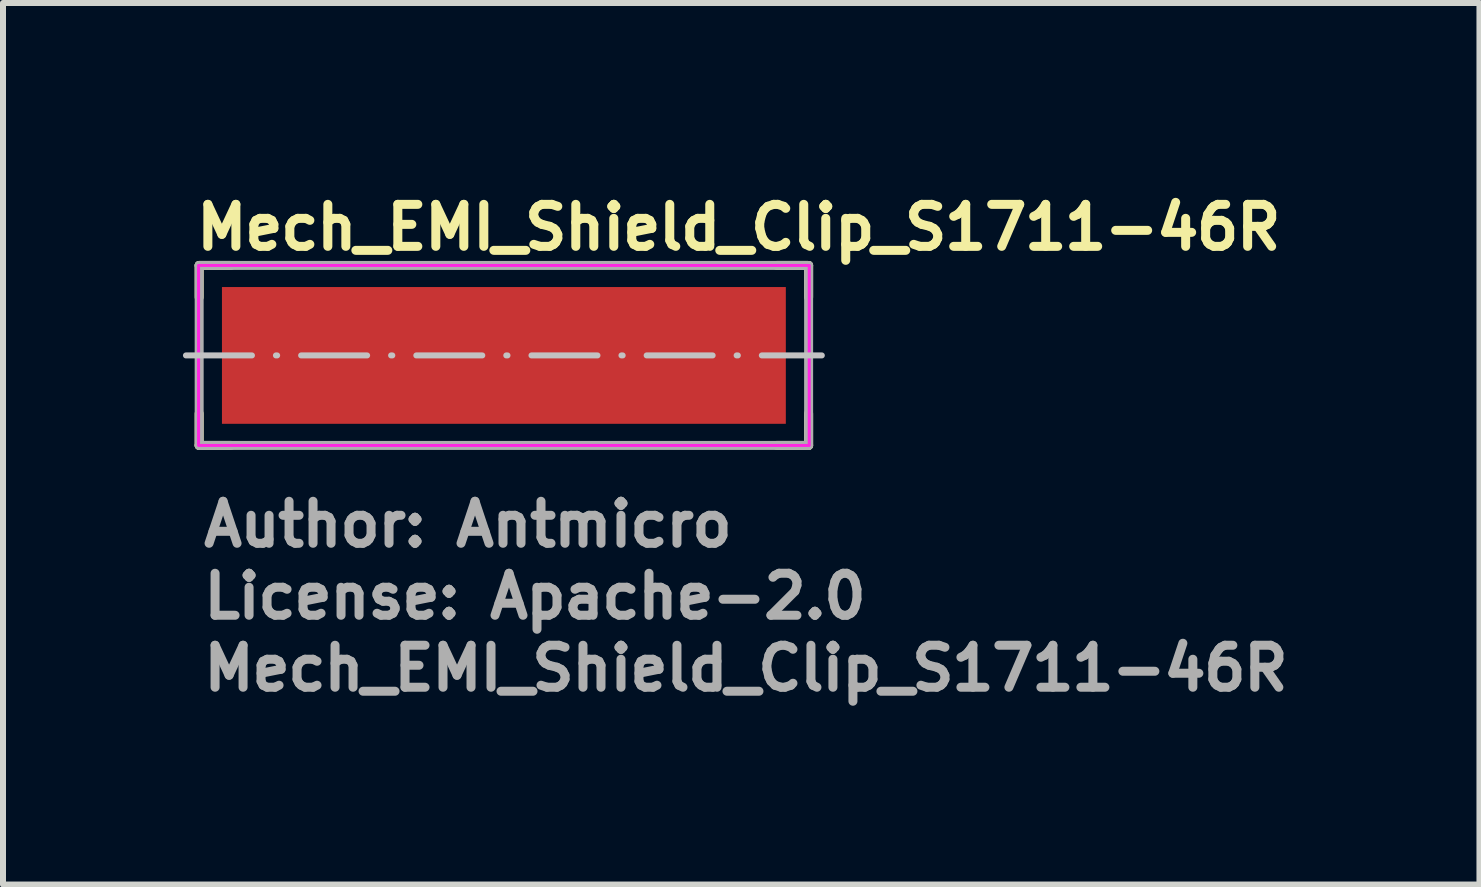
<source format=kicad_pcb>
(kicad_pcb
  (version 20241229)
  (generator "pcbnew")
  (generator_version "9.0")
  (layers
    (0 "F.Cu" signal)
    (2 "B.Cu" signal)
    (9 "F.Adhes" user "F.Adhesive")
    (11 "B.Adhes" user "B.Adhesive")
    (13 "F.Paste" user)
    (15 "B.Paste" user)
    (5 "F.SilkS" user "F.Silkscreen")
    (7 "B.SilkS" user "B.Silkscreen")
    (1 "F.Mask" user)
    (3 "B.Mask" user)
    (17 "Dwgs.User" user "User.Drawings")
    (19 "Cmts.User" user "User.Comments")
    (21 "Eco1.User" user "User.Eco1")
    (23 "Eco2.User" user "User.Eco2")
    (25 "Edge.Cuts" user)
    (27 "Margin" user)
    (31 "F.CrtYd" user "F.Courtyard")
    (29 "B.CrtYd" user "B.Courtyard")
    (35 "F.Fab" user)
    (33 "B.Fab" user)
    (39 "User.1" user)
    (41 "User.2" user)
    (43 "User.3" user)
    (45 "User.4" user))
  (footprint "Mech_EMI_Shield_Clip_S1711-46R"
    (layer "F.Cu")
    (at 5.35 2.875)
    (property "Reference" "Mech_EMI_Shield_Clip_S1711-46R" (at -5.2 -1.725 0) (layer "F.SilkS") (effects (font (size 0.7 0.7) (thickness 0.15)) (justify left bottom)))
    (attr smd)
    (fp_line (start -5.08 -1.5) (end -4.55 -1.5) (stroke (width 0.15) (type solid)) (layer "F.SilkS"))
    (fp_line (start -5.08 -0.97) (end -5.08 -1.5) (stroke (width 0.15) (type solid)) (layer "F.SilkS"))
    (fp_line (start -5.08 0.97) (end -5.08 1.5) (stroke (width 0.15) (type solid)) (layer "F.SilkS"))
    (fp_line (start -4.55 1.5) (end -5.08 1.5) (stroke (width 0.15) (type solid)) (layer "F.SilkS"))
    (fp_line (start 4.55 -1.5) (end 5.08 -1.5) (stroke (width 0.15) (type solid)) (layer "F.SilkS"))
    (fp_line (start 4.55 1.5) (end 5.08 1.5) (stroke (width 0.15) (type solid)) (layer "F.SilkS"))
    (fp_line (start 5.08 -0.97) (end 5.08 -1.5) (stroke (width 0.15) (type solid)) (layer "F.SilkS"))
    (fp_line (start 5.08 0.97) (end 5.08 1.5) (stroke (width 0.15) (type solid)) (layer "F.SilkS"))
    (fp_rect (start -4.35 -1) (end -1.85 1) (stroke (width 0.1) (type solid)) (fill yes) (layer "F.Paste"))
    (fp_rect (start -1.25 -1) (end 1.25 1) (stroke (width 0.1) (type solid)) (fill yes) (layer "F.Paste"))
    (fp_rect (start 1.85 -1) (end 4.35 1) (stroke (width 0.1) (type solid)) (fill yes) (layer "F.Paste"))
    (fp_line (start -5.3 0) (end 5.3 0) (stroke (width 0.1) (type dash_dot)) (layer "Dwgs.User"))
    (fp_rect (start -5.09 -1.5) (end 5.09 1.5) (stroke (width 0.05) (type solid)) (fill no) (layer "F.CrtYd"))
    (fp_line (start -5.08 -1.5) (end 5.08 -1.5) (stroke (width 0.15) (type solid)) (layer "F.Fab"))
    (fp_line (start -5.08 1.5) (end -5.08 -1.5) (stroke (width 0.15) (type solid)) (layer "F.Fab"))
    (fp_line (start 5.08 -1.5) (end 5.08 1.5) (stroke (width 0.15) (type solid)) (layer "F.Fab"))
    (fp_line (start 5.08 1.5) (end -5.08 1.5) (stroke (width 0.15) (type solid)) (layer "F.Fab"))
    (fp_rect (start -4.494 -1.14) (end 4.494 1.14) (stroke (width 0.1) (type solid)) (fill no) (layer "User.5"))
    (fp_line (start -4.494 -0.94) (end -4.494 -1.14) (stroke (width 0.02) (type solid)) (layer "User.9"))
    (fp_line (start -4.394 -1.14) (end -4.494 -1.14) (stroke (width 0.02) (type solid)) (layer "User.9"))
    (fp_line (start -4.394 -1.14) (end -4.394 -1.138) (stroke (width 0.02) (type solid)) (layer "User.9"))
    (fp_line (start -4.394 -1.14) (end -1.8 -1.14) (stroke (width 0.02) (type solid)) (layer "User.9"))
    (fp_line (start -4.394 -1.138) (end -4.394 -1.134) (stroke (width 0.02) (type solid)) (layer "User.9"))
    (fp_line (start -4.394 -1.134) (end -4.394 -1.126) (stroke (width 0.02) (type solid)) (layer "User.9"))
    (fp_line (start -4.394 -1.126) (end -4.394 -1.115) (stroke (width 0.02) (type solid)) (layer "User.9"))
    (fp_line (start -4.394 -1.115) (end -4.394 -1.101) (stroke (width 0.02) (type solid)) (layer "User.9"))
    (fp_line (start -4.394 -1.101) (end -4.394 -1.084) (stroke (width 0.02) (type solid)) (layer "User.9"))
    (fp_line (start -4.394 -1.084) (end -4.394 -1.064) (stroke (width 0.02) (type solid)) (layer "User.9"))
    (fp_line (start -4.394 -1.064) (end -4.394 -1.042) (stroke (width 0.02) (type solid)) (layer "User.9"))
    (fp_line (start -4.394 -1.042) (end -4.394 -1.017) (stroke (width 0.02) (type solid)) (layer "User.9"))
    (fp_line (start -4.394 -1.017) (end -4.394 -0.99) (stroke (width 0.02) (type solid)) (layer "User.9"))
    (fp_line (start -4.394 -0.99) (end -4.394 -0.96) (stroke (width 0.02) (type solid)) (layer "User.9"))
    (fp_line (start -4.394 -0.96) (end -4.394 -0.929) (stroke (width 0.02) (type solid)) (layer "User.9"))
    (fp_line (start -4.394 -0.94) (end -4.494 -0.94) (stroke (width 0.02) (type solid)) (layer "User.9"))
    (fp_line (start -4.394 -0.929) (end -4.394 -0.895) (stroke (width 0.02) (type solid)) (layer "User.9"))
    (fp_line (start -4.394 -0.895) (end -4.394 -0.86) (stroke (width 0.02) (type solid)) (layer "User.9"))
    (fp_line (start -4.394 -0.86) (end -4.393 -0.884) (stroke (width 0.02) (type solid)) (layer "User.9"))
    (fp_line (start -4.394 -0.806) (end -4.394 -0.45) (stroke (width 0.02) (type solid)) (layer "User.9"))
    (fp_line (start -4.394 -0.74) (end -4.394 -0.86) (stroke (width 0.02) (type solid)) (layer "User.9"))
    (fp_line (start -4.394 -0.74) (end -4.394 -0.249) (stroke (width 0.02) (type solid)) (layer "User.9"))
    (fp_line (start -4.394 -0.249) (end -4.394 -0.223) (stroke (width 0.02) (type solid)) (layer "User.9"))
    (fp_line (start -4.394 -0.249) (end -1.8 -0.249) (stroke (width 0.02) (type solid)) (layer "User.9"))
    (fp_line (start -4.394 -0.223) (end -4.394 -0.199) (stroke (width 0.02) (type solid)) (layer "User.9"))
    (fp_line (start -4.394 -0.199) (end -4.394 -0.176) (stroke (width 0.02) (type solid)) (layer "User.9"))
    (fp_line (start -4.394 -0.176) (end -4.394 -0.155) (stroke (width 0.02) (type solid)) (layer "User.9"))
    (fp_line (start -4.394 -0.155) (end -4.394 -0.136) (stroke (width 0.02) (type solid)) (layer "User.9"))
    (fp_line (start -4.394 -0.136) (end -4.394 -0.118) (stroke (width 0.02) (type solid)) (layer "User.9"))
    (fp_line (start -4.394 -0.118) (end -4.394 -0.103) (stroke (width 0.02) (type solid)) (layer "User.9"))
    (fp_line (start -4.394 -0.103) (end -4.394 -0.089) (stroke (width 0.02) (type solid)) (layer "User.9"))
    (fp_line (start -4.394 -0.089) (end -4.394 -0.077) (stroke (width 0.02) (type solid)) (layer "User.9"))
    (fp_line (start -4.394 -0.077) (end -4.394 -0.067) (stroke (width 0.02) (type solid)) (layer "User.9"))
    (fp_line (start -4.394 -0.067) (end -4.394 -0.06) (stroke (width 0.02) (type solid)) (layer "User.9"))
    (fp_line (start -4.394 -0.06) (end -4.394 -0.054) (stroke (width 0.02) (type solid)) (layer "User.9"))
    (fp_line (start -4.394 -0.054) (end -4.394 -0.051) (stroke (width 0.02) (type solid)) (layer "User.9"))
    (fp_line (start -4.394 -0.051) (end -4.394 -0.05) (stroke (width 0.02) (type solid)) (layer "User.9"))
    (fp_line (start -4.394 -0.05) (end -4.394 0.05) (stroke (width 0.02) (type solid)) (layer "User.9"))
    (fp_line (start -4.394 -0.05) (end -1.8 -0.05) (stroke (width 0.02) (type solid)) (layer "User.9"))
    (fp_line (start -4.394 0.05) (end -4.394 0.051) (stroke (width 0.02) (type solid)) (layer "User.9"))
    (fp_line (start -4.394 0.05) (end -1.8 0.05) (stroke (width 0.02) (type solid)) (layer "User.9"))
    (fp_line (start -4.394 0.051) (end -4.394 0.054) (stroke (width 0.02) (type solid)) (layer "User.9"))
    (fp_line (start -4.394 0.054) (end -4.394 0.06) (stroke (width 0.02) (type solid)) (layer "User.9"))
    (fp_line (start -4.394 0.06) (end -4.394 0.067) (stroke (width 0.02) (type solid)) (layer "User.9"))
    (fp_line (start -4.394 0.067) (end -4.394 0.077) (stroke (width 0.02) (type solid)) (layer "User.9"))
    (fp_line (start -4.394 0.077) (end -4.394 0.089) (stroke (width 0.02) (type solid)) (layer "User.9"))
    (fp_line (start -4.394 0.089) (end -4.394 0.103) (stroke (width 0.02) (type solid)) (layer "User.9"))
    (fp_line (start -4.394 0.103) (end -4.394 0.118) (stroke (width 0.02) (type solid)) (layer "User.9"))
    (fp_line (start -4.394 0.118) (end -4.394 0.136) (stroke (width 0.02) (type solid)) (layer "User.9"))
    (fp_line (start -4.394 0.136) (end -4.394 0.155) (stroke (width 0.02) (type solid)) (layer "User.9"))
    (fp_line (start -4.394 0.155) (end -4.394 0.176) (stroke (width 0.02) (type solid)) (layer "User.9"))
    (fp_line (start -4.394 0.176) (end -4.394 0.199) (stroke (width 0.02) (type solid)) (layer "User.9"))
    (fp_line (start -4.394 0.199) (end -4.394 0.223) (stroke (width 0.02) (type solid)) (layer "User.9"))
    (fp_line (start -4.394 0.223) (end -4.394 0.249) (stroke (width 0.02) (type solid)) (layer "User.9"))
    (fp_line (start -4.394 0.249) (end -4.394 0.74) (stroke (width 0.02) (type solid)) (layer "User.9"))
    (fp_line (start -4.394 0.249) (end -1.8 0.249) (stroke (width 0.02) (type solid)) (layer "User.9"))
    (fp_line (start -4.394 0.45) (end -4.394 0.806) (stroke (width 0.02) (type solid)) (layer "User.9"))
    (fp_line (start -4.394 0.74) (end -4.393 0.764) (stroke (width 0.02) (type solid)) (layer "User.9"))
    (fp_line (start -4.394 0.806) (end -4.394 0.847) (stroke (width 0.02) (type solid)) (layer "User.9"))
    (fp_line (start -4.394 0.847) (end -4.394 0.886) (stroke (width 0.02) (type solid)) (layer "User.9"))
    (fp_line (start -4.394 0.86) (end -4.394 0.74) (stroke (width 0.02) (type solid)) (layer "User.9"))
    (fp_line (start -4.394 0.886) (end -4.394 0.924) (stroke (width 0.02) (type solid)) (layer "User.9"))
    (fp_line (start -4.394 0.924) (end -4.394 0.959) (stroke (width 0.02) (type solid)) (layer "User.9"))
    (fp_line (start -4.394 0.959) (end -4.394 0.991) (stroke (width 0.02) (type solid)) (layer "User.9"))
    (fp_line (start -4.394 0.991) (end -4.394 1.021) (stroke (width 0.02) (type solid)) (layer "User.9"))
    (fp_line (start -4.394 1.021) (end -4.394 1.048) (stroke (width 0.02) (type solid)) (layer "User.9"))
    (fp_line (start -4.394 1.048) (end -4.394 1.072) (stroke (width 0.02) (type solid)) (layer "User.9"))
    (fp_line (start -4.394 1.072) (end -4.394 1.092) (stroke (width 0.02) (type solid)) (layer "User.9"))
    (fp_line (start -4.394 1.092) (end -4.394 1.109) (stroke (width 0.02) (type solid)) (layer "User.9"))
    (fp_line (start -4.394 1.109) (end -4.394 1.123) (stroke (width 0.02) (type solid)) (layer "User.9"))
    (fp_line (start -4.394 1.123) (end -4.394 1.132) (stroke (width 0.02) (type solid)) (layer "User.9"))
    (fp_line (start -4.394 1.132) (end -4.394 1.138) (stroke (width 0.02) (type solid)) (layer "User.9"))
    (fp_line (start -4.394 1.138) (end -4.394 1.14) (stroke (width 0.02) (type solid)) (layer "User.9"))
    (fp_line (start -4.394 1.14) (end -1.8 1.14) (stroke (width 0.02) (type solid)) (layer "User.9"))
    (fp_line (start -4.393 -0.884) (end -4.388 -0.907) (stroke (width 0.02) (type solid)) (layer "User.9"))
    (fp_line (start -4.393 -0.764) (end -4.394 -0.74) (stroke (width 0.02) (type solid)) (layer "User.9"))
    (fp_line (start -4.393 0.764) (end -4.388 0.787) (stroke (width 0.02) (type solid)) (layer "User.9"))
    (fp_line (start -4.393 0.884) (end -4.394 0.86) (stroke (width 0.02) (type solid)) (layer "User.9"))
    (fp_line (start -4.388 -0.907) (end -4.381 -0.93) (stroke (width 0.02) (type solid)) (layer "User.9"))
    (fp_line (start -4.388 -0.787) (end -4.393 -0.764) (stroke (width 0.02) (type solid)) (layer "User.9"))
    (fp_line (start -4.388 0.787) (end -4.381 0.81) (stroke (width 0.02) (type solid)) (layer "User.9"))
    (fp_line (start -4.388 0.907) (end -4.393 0.884) (stroke (width 0.02) (type solid)) (layer "User.9"))
    (fp_line (start -4.381 -0.93) (end -4.371 -0.952) (stroke (width 0.02) (type solid)) (layer "User.9"))
    (fp_line (start -4.381 -0.81) (end -4.388 -0.787) (stroke (width 0.02) (type solid)) (layer "User.9"))
    (fp_line (start -4.381 0.81) (end -4.371 0.832) (stroke (width 0.02) (type solid)) (layer "User.9"))
    (fp_line (start -4.381 0.93) (end -4.388 0.907) (stroke (width 0.02) (type solid)) (layer "User.9"))
    (fp_line (start -4.371 -0.952) (end -4.359 -0.973) (stroke (width 0.02) (type solid)) (layer "User.9"))
    (fp_line (start -4.371 -0.832) (end -4.381 -0.81) (stroke (width 0.02) (type solid)) (layer "User.9"))
    (fp_line (start -4.371 0.832) (end -4.359 0.853) (stroke (width 0.02) (type solid)) (layer "User.9"))
    (fp_line (start -4.371 0.952) (end -4.381 0.93) (stroke (width 0.02) (type solid)) (layer "User.9"))
    (fp_line (start -4.359 -0.973) (end -4.344 -0.994) (stroke (width 0.02) (type solid)) (layer "User.9"))
    (fp_line (start -4.359 -0.853) (end -4.371 -0.832) (stroke (width 0.02) (type solid)) (layer "User.9"))
    (fp_line (start -4.359 0.853) (end -4.344 0.873) (stroke (width 0.02) (type solid)) (layer "User.9"))
    (fp_line (start -4.359 0.973) (end -4.371 0.952) (stroke (width 0.02) (type solid)) (layer "User.9"))
    (fp_line (start -4.344 -0.994) (end -4.326 -1.012) (stroke (width 0.02) (type solid)) (layer "User.9"))
    (fp_line (start -4.344 -0.873) (end -4.359 -0.853) (stroke (width 0.02) (type solid)) (layer "User.9"))
    (fp_line (start -4.344 0.873) (end -4.326 0.892) (stroke (width 0.02) (type solid)) (layer "User.9"))
    (fp_line (start -4.344 0.994) (end -4.359 0.973) (stroke (width 0.02) (type solid)) (layer "User.9"))
    (fp_line (start -4.326 -1.012) (end -4.306 -1.03) (stroke (width 0.02) (type solid)) (layer "User.9"))
    (fp_line (start -4.326 -0.892) (end -4.344 -0.873) (stroke (width 0.02) (type solid)) (layer "User.9"))
    (fp_line (start -4.326 0.892) (end -4.306 0.909) (stroke (width 0.02) (type solid)) (layer "User.9"))
    (fp_line (start -4.326 1.012) (end -4.344 0.994) (stroke (width 0.02) (type solid)) (layer "User.9"))
    (fp_line (start -4.306 -1.03) (end -4.285 -1.046) (stroke (width 0.02) (type solid)) (layer "User.9"))
    (fp_line (start -4.306 -0.909) (end -4.326 -0.892) (stroke (width 0.02) (type solid)) (layer "User.9"))
    (fp_line (start -4.306 0.909) (end -4.285 0.925) (stroke (width 0.02) (type solid)) (layer "User.9"))
    (fp_line (start -4.306 1.03) (end -4.326 1.012) (stroke (width 0.02) (type solid)) (layer "User.9"))
    (fp_line (start -4.285 -1.046) (end -4.261 -1.06) (stroke (width 0.02) (type solid)) (layer "User.9"))
    (fp_line (start -4.285 -0.925) (end -4.306 -0.909) (stroke (width 0.02) (type solid)) (layer "User.9"))
    (fp_line (start -4.285 0.925) (end -4.261 0.939) (stroke (width 0.02) (type solid)) (layer "User.9"))
    (fp_line (start -4.285 1.046) (end -4.306 1.03) (stroke (width 0.02) (type solid)) (layer "User.9"))
    (fp_line (start -4.261 -1.06) (end -4.236 -1.072) (stroke (width 0.02) (type solid)) (layer "User.9"))
    (fp_line (start -4.261 -0.939) (end -4.285 -0.925) (stroke (width 0.02) (type solid)) (layer "User.9"))
    (fp_line (start -4.261 0.939) (end -4.236 0.951) (stroke (width 0.02) (type solid)) (layer "User.9"))
    (fp_line (start -4.261 1.06) (end -4.285 1.046) (stroke (width 0.02) (type solid)) (layer "User.9"))
    (fp_line (start -4.236 -1.072) (end -4.209 -1.082) (stroke (width 0.02) (type solid)) (layer "User.9"))
    (fp_line (start -4.236 -0.951) (end -4.261 -0.939) (stroke (width 0.02) (type solid)) (layer "User.9"))
    (fp_line (start -4.236 0.951) (end -4.209 0.961) (stroke (width 0.02) (type solid)) (layer "User.9"))
    (fp_line (start -4.236 1.072) (end -4.261 1.06) (stroke (width 0.02) (type solid)) (layer "User.9"))
    (fp_line (start -4.209 -1.082) (end -4.181 -1.09) (stroke (width 0.02) (type solid)) (layer "User.9"))
    (fp_line (start -4.209 -0.961) (end -4.236 -0.951) (stroke (width 0.02) (type solid)) (layer "User.9"))
    (fp_line (start -4.209 0.961) (end -4.181 0.969) (stroke (width 0.02) (type solid)) (layer "User.9"))
    (fp_line (start -4.209 1.082) (end -4.236 1.072) (stroke (width 0.02) (type solid)) (layer "User.9"))
    (fp_line (start -4.181 -1.09) (end -4.153 -1.095) (stroke (width 0.02) (type solid)) (layer "User.9"))
    (fp_line (start -4.181 -0.969) (end -4.209 -0.961) (stroke (width 0.02) (type solid)) (layer "User.9"))
    (fp_line (start -4.181 0.969) (end -4.153 0.975) (stroke (width 0.02) (type solid)) (layer "User.9"))
    (fp_line (start -4.181 1.09) (end -4.209 1.082) (stroke (width 0.02) (type solid)) (layer "User.9"))
    (fp_line (start -4.153 -1.095) (end -4.124 -1.099) (stroke (width 0.02) (type solid)) (layer "User.9"))
    (fp_line (start -4.153 -0.975) (end -4.181 -0.969) (stroke (width 0.02) (type solid)) (layer "User.9"))
    (fp_line (start -4.153 0.975) (end -4.124 0.978) (stroke (width 0.02) (type solid)) (layer "User.9"))
    (fp_line (start -4.153 1.095) (end -4.181 1.09) (stroke (width 0.02) (type solid)) (layer "User.9"))
    (fp_line (start -4.124 -1.099) (end -4.094 -1.1) (stroke (width 0.02) (type solid)) (layer "User.9"))
    (fp_line (start -4.124 -0.978) (end -4.153 -0.975) (stroke (width 0.02) (type solid)) (layer "User.9"))
    (fp_line (start -4.124 0.978) (end -4.094 0.98) (stroke (width 0.02) (type solid)) (layer "User.9"))
    (fp_line (start -4.124 1.099) (end -4.153 1.095) (stroke (width 0.02) (type solid)) (layer "User.9"))
    (fp_line (start -4.094 -1.1) (end -2.1 -1.1) (stroke (width 0.02) (type solid)) (layer "User.9"))
    (fp_line (start -4.094 -0.98) (end -4.124 -0.978) (stroke (width 0.02) (type solid)) (layer "User.9"))
    (fp_line (start -4.094 -0.98) (end -4.094 -1.1) (stroke (width 0.02) (type solid)) (layer "User.9"))
    (fp_line (start -4.094 -0.98) (end -2.1 -0.98) (stroke (width 0.02) (type solid)) (layer "User.9"))
    (fp_line (start -4.094 0.98) (end -2.1 0.98) (stroke (width 0.02) (type solid)) (layer "User.9"))
    (fp_line (start -4.094 1.1) (end -4.124 1.099) (stroke (width 0.02) (type solid)) (layer "User.9"))
    (fp_line (start -4.094 1.1) (end -4.094 0.98) (stroke (width 0.02) (type solid)) (layer "User.9"))
    (fp_line (start -4.094 1.1) (end -2.1 1.1) (stroke (width 0.02) (type solid)) (layer "User.9"))
    (fp_line (start -3.75 0) (end -3.747 -0.05) (stroke (width 0.02) (type solid)) (layer "User.9"))
    (fp_line (start -3.747 0.05) (end -3.75 0) (stroke (width 0.02) (type solid)) (layer "User.9"))
    (fp_line (start -2.1 -1.1) (end -2.071 -1.099) (stroke (width 0.02) (type solid)) (layer "User.9"))
    (fp_line (start -2.1 -0.98) (end -2.1 -1.1) (stroke (width 0.02) (type solid)) (layer "User.9"))
    (fp_line (start -2.1 0.98) (end -2.071 0.978) (stroke (width 0.02) (type solid)) (layer "User.9"))
    (fp_line (start -2.1 1.1) (end -2.1 0.98) (stroke (width 0.02) (type solid)) (layer "User.9"))
    (fp_line (start -2.071 -1.099) (end -2.041 -1.095) (stroke (width 0.02) (type solid)) (layer "User.9"))
    (fp_line (start -2.071 -0.978) (end -2.1 -0.98) (stroke (width 0.02) (type solid)) (layer "User.9"))
    (fp_line (start -2.071 0.978) (end -2.041 0.975) (stroke (width 0.02) (type solid)) (layer "User.9"))
    (fp_line (start -2.071 1.099) (end -2.1 1.1) (stroke (width 0.02) (type solid)) (layer "User.9"))
    (fp_line (start -2.041 -1.095) (end -2.013 -1.09) (stroke (width 0.02) (type solid)) (layer "User.9"))
    (fp_line (start -2.041 -0.975) (end -2.071 -0.978) (stroke (width 0.02) (type solid)) (layer "User.9"))
    (fp_line (start -2.041 0.975) (end -2.013 0.969) (stroke (width 0.02) (type solid)) (layer "User.9"))
    (fp_line (start -2.041 1.095) (end -2.071 1.099) (stroke (width 0.02) (type solid)) (layer "User.9"))
    (fp_line (start -2.013 -1.09) (end -1.985 -1.082) (stroke (width 0.02) (type solid)) (layer "User.9"))
    (fp_line (start -2.013 -0.969) (end -2.041 -0.975) (stroke (width 0.02) (type solid)) (layer "User.9"))
    (fp_line (start -2.013 0.969) (end -1.985 0.961) (stroke (width 0.02) (type solid)) (layer "User.9"))
    (fp_line (start -2.013 1.09) (end -2.041 1.095) (stroke (width 0.02) (type solid)) (layer "User.9"))
    (fp_line (start -1.985 -1.082) (end -1.959 -1.072) (stroke (width 0.02) (type solid)) (layer "User.9"))
    (fp_line (start -1.985 -0.961) (end -2.013 -0.969) (stroke (width 0.02) (type solid)) (layer "User.9"))
    (fp_line (start -1.985 0.961) (end -1.959 0.951) (stroke (width 0.02) (type solid)) (layer "User.9"))
    (fp_line (start -1.985 1.082) (end -2.013 1.09) (stroke (width 0.02) (type solid)) (layer "User.9"))
    (fp_line (start -1.973 -0.05) (end -1.97 0) (stroke (width 0.02) (type solid)) (layer "User.9"))
    (fp_line (start -1.97 0) (end -1.973 0.05) (stroke (width 0.02) (type solid)) (layer "User.9"))
    (fp_line (start -1.959 -1.072) (end -1.933 -1.06) (stroke (width 0.02) (type solid)) (layer "User.9"))
    (fp_line (start -1.959 -0.951) (end -1.985 -0.961) (stroke (width 0.02) (type solid)) (layer "User.9"))
    (fp_line (start -1.959 0.951) (end -1.933 0.939) (stroke (width 0.02) (type solid)) (layer "User.9"))
    (fp_line (start -1.959 1.072) (end -1.985 1.082) (stroke (width 0.02) (type solid)) (layer "User.9"))
    (fp_line (start -1.933 -1.06) (end -1.91 -1.046) (stroke (width 0.02) (type solid)) (layer "User.9"))
    (fp_line (start -1.933 -0.939) (end -1.959 -0.951) (stroke (width 0.02) (type solid)) (layer "User.9"))
    (fp_line (start -1.933 0.939) (end -1.91 0.925) (stroke (width 0.02) (type solid)) (layer "User.9"))
    (fp_line (start -1.933 1.06) (end -1.959 1.072) (stroke (width 0.02) (type solid)) (layer "User.9"))
    (fp_line (start -1.91 -1.046) (end -1.888 -1.03) (stroke (width 0.02) (type solid)) (layer "User.9"))
    (fp_line (start -1.91 -0.925) (end -1.933 -0.939) (stroke (width 0.02) (type solid)) (layer "User.9"))
    (fp_line (start -1.91 0.925) (end -1.888 0.909) (stroke (width 0.02) (type solid)) (layer "User.9"))
    (fp_line (start -1.91 1.046) (end -1.933 1.06) (stroke (width 0.02) (type solid)) (layer "User.9"))
    (fp_line (start -1.888 -1.03) (end -1.868 -1.012) (stroke (width 0.02) (type solid)) (layer "User.9"))
    (fp_line (start -1.888 -0.909) (end -1.91 -0.925) (stroke (width 0.02) (type solid)) (layer "User.9"))
    (fp_line (start -1.888 0.909) (end -1.868 0.892) (stroke (width 0.02) (type solid)) (layer "User.9"))
    (fp_line (start -1.888 1.03) (end -1.91 1.046) (stroke (width 0.02) (type solid)) (layer "User.9"))
    (fp_line (start -1.868 -1.012) (end -1.851 -0.994) (stroke (width 0.02) (type solid)) (layer "User.9"))
    (fp_line (start -1.868 -0.892) (end -1.888 -0.909) (stroke (width 0.02) (type solid)) (layer "User.9"))
    (fp_line (start -1.868 0.892) (end -1.851 0.873) (stroke (width 0.02) (type solid)) (layer "User.9"))
    (fp_line (start -1.868 1.012) (end -1.888 1.03) (stroke (width 0.02) (type solid)) (layer "User.9"))
    (fp_line (start -1.851 -0.994) (end -1.835 -0.973) (stroke (width 0.02) (type solid)) (layer "User.9"))
    (fp_line (start -1.851 -0.873) (end -1.868 -0.892) (stroke (width 0.02) (type solid)) (layer "User.9"))
    (fp_line (start -1.851 0.873) (end -1.835 0.853) (stroke (width 0.02) (type solid)) (layer "User.9"))
    (fp_line (start -1.851 0.994) (end -1.868 1.012) (stroke (width 0.02) (type solid)) (layer "User.9"))
    (fp_line (start -1.835 -0.973) (end -1.823 -0.952) (stroke (width 0.02) (type solid)) (layer "User.9"))
    (fp_line (start -1.835 -0.853) (end -1.851 -0.873) (stroke (width 0.02) (type solid)) (layer "User.9"))
    (fp_line (start -1.835 0.853) (end -1.823 0.832) (stroke (width 0.02) (type solid)) (layer "User.9"))
    (fp_line (start -1.835 0.973) (end -1.851 0.994) (stroke (width 0.02) (type solid)) (layer "User.9"))
    (fp_line (start -1.823 -0.952) (end -1.813 -0.93) (stroke (width 0.02) (type solid)) (layer "User.9"))
    (fp_line (start -1.823 -0.832) (end -1.835 -0.853) (stroke (width 0.02) (type solid)) (layer "User.9"))
    (fp_line (start -1.823 0.832) (end -1.813 0.81) (stroke (width 0.02) (type solid)) (layer "User.9"))
    (fp_line (start -1.823 0.952) (end -1.835 0.973) (stroke (width 0.02) (type solid)) (layer "User.9"))
    (fp_line (start -1.813 -0.93) (end -1.806 -0.907) (stroke (width 0.02) (type solid)) (layer "User.9"))
    (fp_line (start -1.813 -0.81) (end -1.823 -0.832) (stroke (width 0.02) (type solid)) (layer "User.9"))
    (fp_line (start -1.813 0.81) (end -1.806 0.787) (stroke (width 0.02) (type solid)) (layer "User.9"))
    (fp_line (start -1.813 0.93) (end -1.823 0.952) (stroke (width 0.02) (type solid)) (layer "User.9"))
    (fp_line (start -1.806 -0.907) (end -1.801 -0.884) (stroke (width 0.02) (type solid)) (layer "User.9"))
    (fp_line (start -1.806 -0.787) (end -1.813 -0.81) (stroke (width 0.02) (type solid)) (layer "User.9"))
    (fp_line (start -1.806 0.787) (end -1.801 0.764) (stroke (width 0.02) (type solid)) (layer "User.9"))
    (fp_line (start -1.806 0.907) (end -1.813 0.93) (stroke (width 0.02) (type solid)) (layer "User.9"))
    (fp_line (start -1.801 -0.884) (end -1.8 -0.86) (stroke (width 0.02) (type solid)) (layer "User.9"))
    (fp_line (start -1.801 -0.764) (end -1.806 -0.787) (stroke (width 0.02) (type solid)) (layer "User.9"))
    (fp_line (start -1.801 0.764) (end -1.8 0.74) (stroke (width 0.02) (type solid)) (layer "User.9"))
    (fp_line (start -1.801 0.884) (end -1.806 0.907) (stroke (width 0.02) (type solid)) (layer "User.9"))
    (fp_line (start -1.8 -1.14) (end -1.8 -1.138) (stroke (width 0.02) (type solid)) (layer "User.9"))
    (fp_line (start -1.8 -1.138) (end -1.8 -1.132) (stroke (width 0.02) (type solid)) (layer "User.9"))
    (fp_line (start -1.8 -1.132) (end -1.8 -1.123) (stroke (width 0.02) (type solid)) (layer "User.9"))
    (fp_line (start -1.8 -1.123) (end -1.8 -1.109) (stroke (width 0.02) (type solid)) (layer "User.9"))
    (fp_line (start -1.8 -1.109) (end -1.8 -1.092) (stroke (width 0.02) (type solid)) (layer "User.9"))
    (fp_line (start -1.8 -1.092) (end -1.8 -1.072) (stroke (width 0.02) (type solid)) (layer "User.9"))
    (fp_line (start -1.8 -1.072) (end -1.8 -1.048) (stroke (width 0.02) (type solid)) (layer "User.9"))
    (fp_line (start -1.8 -1.048) (end -1.8 -1.021) (stroke (width 0.02) (type solid)) (layer "User.9"))
    (fp_line (start -1.8 -1.021) (end -1.8 -0.991) (stroke (width 0.02) (type solid)) (layer "User.9"))
    (fp_line (start -1.8 -0.991) (end -1.8 -0.959) (stroke (width 0.02) (type solid)) (layer "User.9"))
    (fp_line (start -1.8 -0.959) (end -1.8 -0.924) (stroke (width 0.02) (type solid)) (layer "User.9"))
    (fp_line (start -1.8 -0.924) (end -1.8 -0.886) (stroke (width 0.02) (type solid)) (layer "User.9"))
    (fp_line (start -1.8 -0.886) (end -1.8 -0.847) (stroke (width 0.02) (type solid)) (layer "User.9"))
    (fp_line (start -1.8 -0.847) (end -1.8 -0.806) (stroke (width 0.02) (type solid)) (layer "User.9"))
    (fp_line (start -1.8 -0.806) (end -1.8 -0.45) (stroke (width 0.02) (type solid)) (layer "User.9"))
    (fp_line (start -1.8 -0.74) (end -1.801 -0.764) (stroke (width 0.02) (type solid)) (layer "User.9"))
    (fp_line (start -1.8 -0.74) (end -1.8 -0.86) (stroke (width 0.02) (type solid)) (layer "User.9"))
    (fp_line (start -1.8 -0.74) (end -1.8 -0.249) (stroke (width 0.02) (type solid)) (layer "User.9"))
    (fp_line (start -1.8 -0.249) (end -1.8 -0.223) (stroke (width 0.02) (type solid)) (layer "User.9"))
    (fp_line (start -1.8 -0.223) (end -1.8 -0.199) (stroke (width 0.02) (type solid)) (layer "User.9"))
    (fp_line (start -1.8 -0.199) (end -1.8 -0.176) (stroke (width 0.02) (type solid)) (layer "User.9"))
    (fp_line (start -1.8 -0.176) (end -1.8 -0.155) (stroke (width 0.02) (type solid)) (layer "User.9"))
    (fp_line (start -1.8 -0.155) (end -1.8 -0.136) (stroke (width 0.02) (type solid)) (layer "User.9"))
    (fp_line (start -1.8 -0.136) (end -1.8 -0.118) (stroke (width 0.02) (type solid)) (layer "User.9"))
    (fp_line (start -1.8 -0.118) (end -1.8 -0.103) (stroke (width 0.02) (type solid)) (layer "User.9"))
    (fp_line (start -1.8 -0.103) (end -1.8 -0.089) (stroke (width 0.02) (type solid)) (layer "User.9"))
    (fp_line (start -1.8 -0.089) (end -1.8 -0.077) (stroke (width 0.02) (type solid)) (layer "User.9"))
    (fp_line (start -1.8 -0.077) (end -1.8 -0.067) (stroke (width 0.02) (type solid)) (layer "User.9"))
    (fp_line (start -1.8 -0.067) (end -1.8 -0.06) (stroke (width 0.02) (type solid)) (layer "User.9"))
    (fp_line (start -1.8 -0.06) (end -1.8 -0.054) (stroke (width 0.02) (type solid)) (layer "User.9"))
    (fp_line (start -1.8 -0.054) (end -1.8 -0.051) (stroke (width 0.02) (type solid)) (layer "User.9"))
    (fp_line (start -1.8 -0.051) (end -1.8 -0.05) (stroke (width 0.02) (type solid)) (layer "User.9"))
    (fp_line (start -1.8 0.05) (end -1.8 0.051) (stroke (width 0.02) (type solid)) (layer "User.9"))
    (fp_line (start -1.8 0.051) (end -1.8 0.054) (stroke (width 0.02) (type solid)) (layer "User.9"))
    (fp_line (start -1.8 0.054) (end -1.8 0.06) (stroke (width 0.02) (type solid)) (layer "User.9"))
    (fp_line (start -1.8 0.06) (end -1.8 0.067) (stroke (width 0.02) (type solid)) (layer "User.9"))
    (fp_line (start -1.8 0.067) (end -1.8 0.077) (stroke (width 0.02) (type solid)) (layer "User.9"))
    (fp_line (start -1.8 0.077) (end -1.8 0.089) (stroke (width 0.02) (type solid)) (layer "User.9"))
    (fp_line (start -1.8 0.089) (end -1.8 0.103) (stroke (width 0.02) (type solid)) (layer "User.9"))
    (fp_line (start -1.8 0.103) (end -1.8 0.118) (stroke (width 0.02) (type solid)) (layer "User.9"))
    (fp_line (start -1.8 0.118) (end -1.8 0.136) (stroke (width 0.02) (type solid)) (layer "User.9"))
    (fp_line (start -1.8 0.136) (end -1.8 0.155) (stroke (width 0.02) (type solid)) (layer "User.9"))
    (fp_line (start -1.8 0.155) (end -1.8 0.176) (stroke (width 0.02) (type solid)) (layer "User.9"))
    (fp_line (start -1.8 0.176) (end -1.8 0.199) (stroke (width 0.02) (type solid)) (layer "User.9"))
    (fp_line (start -1.8 0.199) (end -1.8 0.223) (stroke (width 0.02) (type solid)) (layer "User.9"))
    (fp_line (start -1.8 0.223) (end -1.8 0.249) (stroke (width 0.02) (type solid)) (layer "User.9"))
    (fp_line (start -1.8 0.249) (end -1.8 0.74) (stroke (width 0.02) (type solid)) (layer "User.9"))
    (fp_line (start -1.8 0.45) (end -1.8 0.806) (stroke (width 0.02) (type solid)) (layer "User.9"))
    (fp_line (start -1.8 0.64) (end -1.796 0.607) (stroke (width 0.02) (type solid)) (layer "User.9"))
    (fp_line (start -1.8 0.806) (end -1.8 0.847) (stroke (width 0.02) (type solid)) (layer "User.9"))
    (fp_line (start -1.8 0.847) (end -1.8 0.886) (stroke (width 0.02) (type solid)) (layer "User.9"))
    (fp_line (start -1.8 0.86) (end -1.801 0.884) (stroke (width 0.02) (type solid)) (layer "User.9"))
    (fp_line (start -1.8 0.86) (end -1.8 0.74) (stroke (width 0.02) (type solid)) (layer "User.9"))
    (fp_line (start -1.8 0.886) (end -1.8 0.924) (stroke (width 0.02) (type solid)) (layer "User.9"))
    (fp_line (start -1.8 0.924) (end -1.8 0.959) (stroke (width 0.02) (type solid)) (layer "User.9"))
    (fp_line (start -1.8 0.959) (end -1.8 0.991) (stroke (width 0.02) (type solid)) (layer "User.9"))
    (fp_line (start -1.8 0.991) (end -1.8 1.021) (stroke (width 0.02) (type solid)) (layer "User.9"))
    (fp_line (start -1.8 1.021) (end -1.8 1.048) (stroke (width 0.02) (type solid)) (layer "User.9"))
    (fp_line (start -1.8 1.048) (end -1.8 1.072) (stroke (width 0.02) (type solid)) (layer "User.9"))
    (fp_line (start -1.8 1.072) (end -1.8 1.092) (stroke (width 0.02) (type solid)) (layer "User.9"))
    (fp_line (start -1.8 1.092) (end -1.8 1.109) (stroke (width 0.02) (type solid)) (layer "User.9"))
    (fp_line (start -1.8 1.109) (end -1.8 1.123) (stroke (width 0.02) (type solid)) (layer "User.9"))
    (fp_line (start -1.8 1.123) (end -1.8 1.132) (stroke (width 0.02) (type solid)) (layer "User.9"))
    (fp_line (start -1.8 1.132) (end -1.8 1.138) (stroke (width 0.02) (type solid)) (layer "User.9"))
    (fp_line (start -1.8 1.138) (end -1.8 1.14) (stroke (width 0.02) (type solid)) (layer "User.9"))
    (fp_line (start -1.796 -0.607) (end -1.8 -0.64) (stroke (width 0.02) (type solid)) (layer "User.9"))
    (fp_line (start -1.796 0.607) (end -1.785 0.575) (stroke (width 0.02) (type solid)) (layer "User.9"))
    (fp_line (start -1.785 -0.575) (end -1.796 -0.607) (stroke (width 0.02) (type solid)) (layer "User.9"))
    (fp_line (start -1.785 0.575) (end -1.767 0.546) (stroke (width 0.02) (type solid)) (layer "User.9"))
    (fp_line (start -1.767 -0.546) (end -1.785 -0.575) (stroke (width 0.02) (type solid)) (layer "User.9"))
    (fp_line (start -1.767 0.546) (end -1.744 0.523) (stroke (width 0.02) (type solid)) (layer "User.9"))
    (fp_line (start -1.744 -0.523) (end -1.767 -0.546) (stroke (width 0.02) (type solid)) (layer "User.9"))
    (fp_line (start -1.744 0.523) (end -1.715 0.505) (stroke (width 0.02) (type solid)) (layer "User.9"))
    (fp_line (start -1.715 -0.505) (end -1.744 -0.523) (stroke (width 0.02) (type solid)) (layer "User.9"))
    (fp_line (start -1.715 0.505) (end -1.683 0.494) (stroke (width 0.02) (type solid)) (layer "User.9"))
    (fp_line (start -1.683 -0.494) (end -1.715 -0.505) (stroke (width 0.02) (type solid)) (layer "User.9"))
    (fp_line (start -1.683 0.494) (end -1.65 0.49) (stroke (width 0.02) (type solid)) (layer "User.9"))
    (fp_line (start -1.65 -0.49) (end -1.683 -0.494) (stroke (width 0.02) (type solid)) (layer "User.9"))
    (fp_line (start -1.65 0.49) (end -1.617 0.494) (stroke (width 0.02) (type solid)) (layer "User.9"))
    (fp_line (start -1.617 -0.494) (end -1.65 -0.49) (stroke (width 0.02) (type solid)) (layer "User.9"))
    (fp_line (start -1.617 0.494) (end -1.585 0.505) (stroke (width 0.02) (type solid)) (layer "User.9"))
    (fp_line (start -1.585 -0.505) (end -1.617 -0.494) (stroke (width 0.02) (type solid)) (layer "User.9"))
    (fp_line (start -1.585 0.505) (end -1.556 0.523) (stroke (width 0.02) (type solid)) (layer "User.9"))
    (fp_line (start -1.556 -0.523) (end -1.585 -0.505) (stroke (width 0.02) (type solid)) (layer "User.9"))
    (fp_line (start -1.556 0.523) (end -1.533 0.546) (stroke (width 0.02) (type solid)) (layer "User.9"))
    (fp_line (start -1.533 -0.546) (end -1.556 -0.523) (stroke (width 0.02) (type solid)) (layer "User.9"))
    (fp_line (start -1.533 0.546) (end -1.515 0.575) (stroke (width 0.02) (type solid)) (layer "User.9"))
    (fp_line (start -1.515 -0.575) (end -1.533 -0.546) (stroke (width 0.02) (type solid)) (layer "User.9"))
    (fp_line (start -1.515 0.575) (end -1.504 0.607) (stroke (width 0.02) (type solid)) (layer "User.9"))
    (fp_line (start -1.504 -0.607) (end -1.515 -0.575) (stroke (width 0.02) (type solid)) (layer "User.9"))
    (fp_line (start -1.504 0.607) (end -1.5 0.64) (stroke (width 0.02) (type solid)) (layer "User.9"))
    (fp_line (start -1.5 -0.84) (end -1.5 -0.64) (stroke (width 0.02) (type solid)) (layer "User.9"))
    (fp_line (start -1.5 -0.64) (end -1.504 -0.607) (stroke (width 0.02) (type solid)) (layer "User.9"))
    (fp_line (start -1.5 0.84) (end -1.5 0.64) (stroke (width 0.02) (type solid)) (layer "User.9"))
    (fp_line (start -1.5 0.84) (end -1.496 0.887) (stroke (width 0.02) (type solid)) (layer "User.9"))
    (fp_line (start -1.496 -0.887) (end -1.5 -0.84) (stroke (width 0.02) (type solid)) (layer "User.9"))
    (fp_line (start -1.496 0.887) (end -1.485 0.933) (stroke (width 0.02) (type solid)) (layer "User.9"))
    (fp_line (start -1.485 -0.933) (end -1.496 -0.887) (stroke (width 0.02) (type solid)) (layer "User.9"))
    (fp_line (start -1.485 0.933) (end -1.467 0.976) (stroke (width 0.02) (type solid)) (layer "User.9"))
    (fp_line (start -1.467 -0.976) (end -1.485 -0.933) (stroke (width 0.02) (type solid)) (layer "User.9"))
    (fp_line (start -1.467 0.976) (end -1.443 1.016) (stroke (width 0.02) (type solid)) (layer "User.9"))
    (fp_line (start -1.443 -1.016) (end -1.467 -0.976) (stroke (width 0.02) (type solid)) (layer "User.9"))
    (fp_line (start -1.443 1.016) (end -1.412 1.052) (stroke (width 0.02) (type solid)) (layer "User.9"))
    (fp_line (start -1.412 -1.052) (end -1.443 -1.016) (stroke (width 0.02) (type solid)) (layer "User.9"))
    (fp_line (start -1.412 1.052) (end -1.376 1.083) (stroke (width 0.02) (type solid)) (layer "User.9"))
    (fp_line (start -1.376 -1.083) (end -1.412 -1.052) (stroke (width 0.02) (type solid)) (layer "User.9"))
    (fp_line (start -1.376 1.083) (end -1.336 1.107) (stroke (width 0.02) (type solid)) (layer "User.9"))
    (fp_line (start -1.336 -1.107) (end -1.376 -1.083) (stroke (width 0.02) (type solid)) (layer "User.9"))
    (fp_line (start -1.336 1.107) (end -1.293 1.125) (stroke (width 0.02) (type solid)) (layer "User.9"))
    (fp_line (start -1.293 -1.125) (end -1.336 -1.107) (stroke (width 0.02) (type solid)) (layer "User.9"))
    (fp_line (start -1.293 1.125) (end -1.247 1.136) (stroke (width 0.02) (type solid)) (layer "User.9"))
    (fp_line (start -1.247 -1.136) (end -1.293 -1.125) (stroke (width 0.02) (type solid)) (layer "User.9"))
    (fp_line (start -1.247 1.136) (end -1.2 1.14) (stroke (width 0.02) (type solid)) (layer "User.9"))
    (fp_line (start -1.2 -1.14) (end -1.247 -1.136) (stroke (width 0.02) (type solid)) (layer "User.9"))
    (fp_line (start -1.2 1.14) (end 1.2 1.14) (stroke (width 0.02) (type solid)) (layer "User.9"))
    (fp_line (start 1.2 -1.14) (end -1.2 -1.14) (stroke (width 0.02) (type solid)) (layer "User.9"))
    (fp_line (start 1.2 1.14) (end 1.247 1.136) (stroke (width 0.02) (type solid)) (layer "User.9"))
    (fp_line (start 1.247 -1.136) (end 1.2 -1.14) (stroke (width 0.02) (type solid)) (layer "User.9"))
    (fp_line (start 1.247 1.136) (end 1.293 1.125) (stroke (width 0.02) (type solid)) (layer "User.9"))
    (fp_line (start 1.293 -1.125) (end 1.247 -1.136) (stroke (width 0.02) (type solid)) (layer "User.9"))
    (fp_line (start 1.293 1.125) (end 1.336 1.107) (stroke (width 0.02) (type solid)) (layer "User.9"))
    (fp_line (start 1.336 -1.107) (end 1.293 -1.125) (stroke (width 0.02) (type solid)) (layer "User.9"))
    (fp_line (start 1.336 1.107) (end 1.376 1.083) (stroke (width 0.02) (type solid)) (layer "User.9"))
    (fp_line (start 1.376 -1.083) (end 1.336 -1.107) (stroke (width 0.02) (type solid)) (layer "User.9"))
    (fp_line (start 1.376 1.083) (end 1.412 1.052) (stroke (width 0.02) (type solid)) (layer "User.9"))
    (fp_line (start 1.412 -1.052) (end 1.376 -1.083) (stroke (width 0.02) (type solid)) (layer "User.9"))
    (fp_line (start 1.412 1.052) (end 1.443 1.016) (stroke (width 0.02) (type solid)) (layer "User.9"))
    (fp_line (start 1.443 -1.016) (end 1.412 -1.052) (stroke (width 0.02) (type solid)) (layer "User.9"))
    (fp_line (start 1.443 1.016) (end 1.467 0.976) (stroke (width 0.02) (type solid)) (layer "User.9"))
    (fp_line (start 1.467 -0.976) (end 1.443 -1.016) (stroke (width 0.02) (type solid)) (layer "User.9"))
    (fp_line (start 1.467 0.976) (end 1.485 0.933) (stroke (width 0.02) (type solid)) (layer "User.9"))
    (fp_line (start 1.485 -0.933) (end 1.467 -0.976) (stroke (width 0.02) (type solid)) (layer "User.9"))
    (fp_line (start 1.485 0.933) (end 1.496 0.887) (stroke (width 0.02) (type solid)) (layer "User.9"))
    (fp_line (start 1.496 -0.887) (end 1.485 -0.933) (stroke (width 0.02) (type solid)) (layer "User.9"))
    (fp_line (start 1.496 0.887) (end 1.5 0.84) (stroke (width 0.02) (type solid)) (layer "User.9"))
    (fp_line (start 1.5 -0.84) (end 1.496 -0.887) (stroke (width 0.02) (type solid)) (layer "User.9"))
    (fp_line (start 1.5 -0.84) (end 1.5 -0.64) (stroke (width 0.02) (type solid)) (layer "User.9"))
    (fp_line (start 1.5 0.64) (end 1.504 0.607) (stroke (width 0.02) (type solid)) (layer "User.9"))
    (fp_line (start 1.5 0.84) (end 1.5 0.64) (stroke (width 0.02) (type solid)) (layer "User.9"))
    (fp_line (start 1.504 -0.607) (end 1.5 -0.64) (stroke (width 0.02) (type solid)) (layer "User.9"))
    (fp_line (start 1.504 0.607) (end 1.515 0.575) (stroke (width 0.02) (type solid)) (layer "User.9"))
    (fp_line (start 1.515 -0.575) (end 1.504 -0.607) (stroke (width 0.02) (type solid)) (layer "User.9"))
    (fp_line (start 1.515 0.575) (end 1.533 0.546) (stroke (width 0.02) (type solid)) (layer "User.9"))
    (fp_line (start 1.533 -0.546) (end 1.515 -0.575) (stroke (width 0.02) (type solid)) (layer "User.9"))
    (fp_line (start 1.533 0.546) (end 1.556 0.523) (stroke (width 0.02) (type solid)) (layer "User.9"))
    (fp_line (start 1.556 -0.523) (end 1.533 -0.546) (stroke (width 0.02) (type solid)) (layer "User.9"))
    (fp_line (start 1.556 0.523) (end 1.585 0.505) (stroke (width 0.02) (type solid)) (layer "User.9"))
    (fp_line (start 1.585 -0.505) (end 1.556 -0.523) (stroke (width 0.02) (type solid)) (layer "User.9"))
    (fp_line (start 1.585 0.505) (end 1.617 0.494) (stroke (width 0.02) (type solid)) (layer "User.9"))
    (fp_line (start 1.617 -0.494) (end 1.585 -0.505) (stroke (width 0.02) (type solid)) (layer "User.9"))
    (fp_line (start 1.617 0.494) (end 1.65 0.49) (stroke (width 0.02) (type solid)) (layer "User.9"))
    (fp_line (start 1.65 -0.49) (end 1.617 -0.494) (stroke (width 0.02) (type solid)) (layer "User.9"))
    (fp_line (start 1.65 0.49) (end 1.683 0.494) (stroke (width 0.02) (type solid)) (layer "User.9"))
    (fp_line (start 1.683 -0.494) (end 1.65 -0.49) (stroke (width 0.02) (type solid)) (layer "User.9"))
    (fp_line (start 1.683 0.494) (end 1.715 0.505) (stroke (width 0.02) (type solid)) (layer "User.9"))
    (fp_line (start 1.715 -0.505) (end 1.683 -0.494) (stroke (width 0.02) (type solid)) (layer "User.9"))
    (fp_line (start 1.715 0.505) (end 1.744 0.523) (stroke (width 0.02) (type solid)) (layer "User.9"))
    (fp_line (start 1.744 -0.523) (end 1.715 -0.505) (stroke (width 0.02) (type solid)) (layer "User.9"))
    (fp_line (start 1.744 0.523) (end 1.767 0.546) (stroke (width 0.02) (type solid)) (layer "User.9"))
    (fp_line (start 1.767 -0.546) (end 1.744 -0.523) (stroke (width 0.02) (type solid)) (layer "User.9"))
    (fp_line (start 1.767 0.546) (end 1.785 0.575) (stroke (width 0.02) (type solid)) (layer "User.9"))
    (fp_line (start 1.785 -0.575) (end 1.767 -0.546) (stroke (width 0.02) (type solid)) (layer "User.9"))
    (fp_line (start 1.785 0.575) (end 1.796 0.607) (stroke (width 0.02) (type solid)) (layer "User.9"))
    (fp_line (start 1.796 -0.607) (end 1.785 -0.575) (stroke (width 0.02) (type solid)) (layer "User.9"))
    (fp_line (start 1.796 0.607) (end 1.8 0.64) (stroke (width 0.02) (type solid)) (layer "User.9"))
    (fp_line (start 1.8 -1.14) (end 1.8 -1.138) (stroke (width 0.02) (type solid)) (layer "User.9"))
    (fp_line (start 1.8 -1.14) (end 4.394 -1.14) (stroke (width 0.02) (type solid)) (layer "User.9"))
    (fp_line (start 1.8 -1.138) (end 1.8 -1.132) (stroke (width 0.02) (type solid)) (layer "User.9"))
    (fp_line (start 1.8 -1.132) (end 1.8 -1.123) (stroke (width 0.02) (type solid)) (layer "User.9"))
    (fp_line (start 1.8 -1.123) (end 1.8 -1.109) (stroke (width 0.02) (type solid)) (layer "User.9"))
    (fp_line (start 1.8 -1.109) (end 1.8 -1.092) (stroke (width 0.02) (type solid)) (layer "User.9"))
    (fp_line (start 1.8 -1.092) (end 1.8 -1.072) (stroke (width 0.02) (type solid)) (layer "User.9"))
    (fp_line (start 1.8 -1.072) (end 1.8 -1.048) (stroke (width 0.02) (type solid)) (layer "User.9"))
    (fp_line (start 1.8 -1.048) (end 1.8 -1.021) (stroke (width 0.02) (type solid)) (layer "User.9"))
    (fp_line (start 1.8 -1.021) (end 1.8 -0.991) (stroke (width 0.02) (type solid)) (layer "User.9"))
    (fp_line (start 1.8 -0.991) (end 1.8 -0.959) (stroke (width 0.02) (type solid)) (layer "User.9"))
    (fp_line (start 1.8 -0.959) (end 1.8 -0.924) (stroke (width 0.02) (type solid)) (layer "User.9"))
    (fp_line (start 1.8 -0.924) (end 1.8 -0.886) (stroke (width 0.02) (type solid)) (layer "User.9"))
    (fp_line (start 1.8 -0.886) (end 1.8 -0.847) (stroke (width 0.02) (type solid)) (layer "User.9"))
    (fp_line (start 1.8 -0.86) (end 1.8 -0.74) (stroke (width 0.02) (type solid)) (layer "User.9"))
    (fp_line (start 1.8 -0.86) (end 1.801 -0.884) (stroke (width 0.02) (type solid)) (layer "User.9"))
    (fp_line (start 1.8 -0.847) (end 1.8 -0.806) (stroke (width 0.02) (type solid)) (layer "User.9"))
    (fp_line (start 1.8 -0.806) (end 1.8 -0.45) (stroke (width 0.02) (type solid)) (layer "User.9"))
    (fp_line (start 1.8 -0.74) (end 1.8 -0.249) (stroke (width 0.02) (type solid)) (layer "User.9"))
    (fp_line (start 1.8 -0.64) (end 1.796 -0.607) (stroke (width 0.02) (type solid)) (layer "User.9"))
    (fp_line (start 1.8 -0.249) (end 1.8 -0.223) (stroke (width 0.02) (type solid)) (layer "User.9"))
    (fp_line (start 1.8 -0.249) (end 4.394 -0.249) (stroke (width 0.02) (type solid)) (layer "User.9"))
    (fp_line (start 1.8 -0.223) (end 1.8 -0.199) (stroke (width 0.02) (type solid)) (layer "User.9"))
    (fp_line (start 1.8 -0.199) (end 1.8 -0.176) (stroke (width 0.02) (type solid)) (layer "User.9"))
    (fp_line (start 1.8 -0.176) (end 1.8 -0.155) (stroke (width 0.02) (type solid)) (layer "User.9"))
    (fp_line (start 1.8 -0.155) (end 1.8 -0.136) (stroke (width 0.02) (type solid)) (layer "User.9"))
    (fp_line (start 1.8 -0.136) (end 1.8 -0.118) (stroke (width 0.02) (type solid)) (layer "User.9"))
    (fp_line (start 1.8 -0.118) (end 1.8 -0.103) (stroke (width 0.02) (type solid)) (layer "User.9"))
    (fp_line (start 1.8 -0.103) (end 1.8 -0.089) (stroke (width 0.02) (type solid)) (layer "User.9"))
    (fp_line (start 1.8 -0.089) (end 1.8 -0.077) (stroke (width 0.02) (type solid)) (layer "User.9"))
    (fp_line (start 1.8 -0.077) (end 1.8 -0.067) (stroke (width 0.02) (type solid)) (layer "User.9"))
    (fp_line (start 1.8 -0.067) (end 1.8 -0.06) (stroke (width 0.02) (type solid)) (layer "User.9"))
    (fp_line (start 1.8 -0.06) (end 1.8 -0.054) (stroke (width 0.02) (type solid)) (layer "User.9"))
    (fp_line (start 1.8 -0.054) (end 1.8 -0.051) (stroke (width 0.02) (type solid)) (layer "User.9"))
    (fp_line (start 1.8 -0.051) (end 1.8 -0.05) (stroke (width 0.02) (type solid)) (layer "User.9"))
    (fp_line (start 1.8 -0.05) (end 4.394 -0.05) (stroke (width 0.02) (type solid)) (layer "User.9"))
    (fp_line (start 1.8 0.05) (end 1.8 0.051) (stroke (width 0.02) (type solid)) (layer "User.9"))
    (fp_line (start 1.8 0.05) (end 4.394 0.05) (stroke (width 0.02) (type solid)) (layer "User.9"))
    (fp_line (start 1.8 0.051) (end 1.8 0.054) (stroke (width 0.02) (type solid)) (layer "User.9"))
    (fp_line (start 1.8 0.054) (end 1.8 0.06) (stroke (width 0.02) (type solid)) (layer "User.9"))
    (fp_line (start 1.8 0.06) (end 1.8 0.067) (stroke (width 0.02) (type solid)) (layer "User.9"))
    (fp_line (start 1.8 0.067) (end 1.8 0.077) (stroke (width 0.02) (type solid)) (layer "User.9"))
    (fp_line (start 1.8 0.077) (end 1.8 0.089) (stroke (width 0.02) (type solid)) (layer "User.9"))
    (fp_line (start 1.8 0.089) (end 1.8 0.103) (stroke (width 0.02) (type solid)) (layer "User.9"))
    (fp_line (start 1.8 0.103) (end 1.8 0.118) (stroke (width 0.02) (type solid)) (layer "User.9"))
    (fp_line (start 1.8 0.118) (end 1.8 0.136) (stroke (width 0.02) (type solid)) (layer "User.9"))
    (fp_line (start 1.8 0.136) (end 1.8 0.155) (stroke (width 0.02) (type solid)) (layer "User.9"))
    (fp_line (start 1.8 0.155) (end 1.8 0.176) (stroke (width 0.02) (type solid)) (layer "User.9"))
    (fp_line (start 1.8 0.176) (end 1.8 0.199) (stroke (width 0.02) (type solid)) (layer "User.9"))
    (fp_line (start 1.8 0.199) (end 1.8 0.223) (stroke (width 0.02) (type solid)) (layer "User.9"))
    (fp_line (start 1.8 0.223) (end 1.8 0.249) (stroke (width 0.02) (type solid)) (layer "User.9"))
    (fp_line (start 1.8 0.249) (end 1.8 0.74) (stroke (width 0.02) (type solid)) (layer "User.9"))
    (fp_line (start 1.8 0.249) (end 4.394 0.249) (stroke (width 0.02) (type solid)) (layer "User.9"))
    (fp_line (start 1.8 0.45) (end 1.8 0.806) (stroke (width 0.02) (type solid)) (layer "User.9"))
    (fp_line (start 1.8 0.74) (end 1.8 0.86) (stroke (width 0.02) (type solid)) (layer "User.9"))
    (fp_line (start 1.8 0.74) (end 1.801 0.764) (stroke (width 0.02) (type solid)) (layer "User.9"))
    (fp_line (start 1.8 0.806) (end 1.8 0.847) (stroke (width 0.02) (type solid)) (layer "User.9"))
    (fp_line (start 1.8 0.847) (end 1.8 0.886) (stroke (width 0.02) (type solid)) (layer "User.9"))
    (fp_line (start 1.8 0.886) (end 1.8 0.924) (stroke (width 0.02) (type solid)) (layer "User.9"))
    (fp_line (start 1.8 0.924) (end 1.8 0.959) (stroke (width 0.02) (type solid)) (layer "User.9"))
    (fp_line (start 1.8 0.959) (end 1.8 0.991) (stroke (width 0.02) (type solid)) (layer "User.9"))
    (fp_line (start 1.8 0.991) (end 1.8 1.021) (stroke (width 0.02) (type solid)) (layer "User.9"))
    (fp_line (start 1.8 1.021) (end 1.8 1.048) (stroke (width 0.02) (type solid)) (layer "User.9"))
    (fp_line (start 1.8 1.048) (end 1.8 1.072) (stroke (width 0.02) (type solid)) (layer "User.9"))
    (fp_line (start 1.8 1.072) (end 1.8 1.092) (stroke (width 0.02) (type solid)) (layer "User.9"))
    (fp_line (start 1.8 1.092) (end 1.8 1.109) (stroke (width 0.02) (type solid)) (layer "User.9"))
    (fp_line (start 1.8 1.109) (end 1.8 1.123) (stroke (width 0.02) (type solid)) (layer "User.9"))
    (fp_line (start 1.8 1.123) (end 1.8 1.132) (stroke (width 0.02) (type solid)) (layer "User.9"))
    (fp_line (start 1.8 1.132) (end 1.8 1.138) (stroke (width 0.02) (type solid)) (layer "User.9"))
    (fp_line (start 1.8 1.138) (end 1.8 1.14) (stroke (width 0.02) (type solid)) (layer "User.9"))
    (fp_line (start 1.8 1.14) (end 4.394 1.14) (stroke (width 0.02) (type solid)) (layer "User.9"))
    (fp_line (start 1.801 -0.884) (end 1.806 -0.907) (stroke (width 0.02) (type solid)) (layer "User.9"))
    (fp_line (start 1.801 -0.764) (end 1.8 -0.74) (stroke (width 0.02) (type solid)) (layer "User.9"))
    (fp_line (start 1.801 0.764) (end 1.806 0.787) (stroke (width 0.02) (type solid)) (layer "User.9"))
    (fp_line (start 1.801 0.884) (end 1.8 0.86) (stroke (width 0.02) (type solid)) (layer "User.9"))
    (fp_line (start 1.806 -0.907) (end 1.813 -0.93) (stroke (width 0.02) (type solid)) (layer "User.9"))
    (fp_line (start 1.806 -0.787) (end 1.801 -0.764) (stroke (width 0.02) (type solid)) (layer "User.9"))
    (fp_line (start 1.806 0.787) (end 1.813 0.81) (stroke (width 0.02) (type solid)) (layer "User.9"))
    (fp_line (start 1.806 0.907) (end 1.801 0.884) (stroke (width 0.02) (type solid)) (layer "User.9"))
    (fp_line (start 1.813 -0.93) (end 1.823 -0.952) (stroke (width 0.02) (type solid)) (layer "User.9"))
    (fp_line (start 1.813 -0.81) (end 1.806 -0.787) (stroke (width 0.02) (type solid)) (layer "User.9"))
    (fp_line (start 1.813 0.81) (end 1.823 0.832) (stroke (width 0.02) (type solid)) (layer "User.9"))
    (fp_line (start 1.813 0.93) (end 1.806 0.907) (stroke (width 0.02) (type solid)) (layer "User.9"))
    (fp_line (start 1.823 -0.952) (end 1.835 -0.973) (stroke (width 0.02) (type solid)) (layer "User.9"))
    (fp_line (start 1.823 -0.832) (end 1.813 -0.81) (stroke (width 0.02) (type solid)) (layer "User.9"))
    (fp_line (start 1.823 0.832) (end 1.835 0.853) (stroke (width 0.02) (type solid)) (layer "User.9"))
    (fp_line (start 1.823 0.952) (end 1.813 0.93) (stroke (width 0.02) (type solid)) (layer "User.9"))
    (fp_line (start 1.835 -0.973) (end 1.851 -0.994) (stroke (width 0.02) (type solid)) (layer "User.9"))
    (fp_line (start 1.835 -0.853) (end 1.823 -0.832) (stroke (width 0.02) (type solid)) (layer "User.9"))
    (fp_line (start 1.835 0.853) (end 1.851 0.873) (stroke (width 0.02) (type solid)) (layer "User.9"))
    (fp_line (start 1.835 0.973) (end 1.823 0.952) (stroke (width 0.02) (type solid)) (layer "User.9"))
    (fp_line (start 1.851 -0.994) (end 1.868 -1.012) (stroke (width 0.02) (type solid)) (layer "User.9"))
    (fp_line (start 1.851 -0.873) (end 1.835 -0.853) (stroke (width 0.02) (type solid)) (layer "User.9"))
    (fp_line (start 1.851 0.873) (end 1.868 0.892) (stroke (width 0.02) (type solid)) (layer "User.9"))
    (fp_line (start 1.851 0.994) (end 1.835 0.973) (stroke (width 0.02) (type solid)) (layer "User.9"))
    (fp_line (start 1.868 -1.012) (end 1.888 -1.03) (stroke (width 0.02) (type solid)) (layer "User.9"))
    (fp_line (start 1.868 -0.892) (end 1.851 -0.873) (stroke (width 0.02) (type solid)) (layer "User.9"))
    (fp_line (start 1.868 0.892) (end 1.888 0.909) (stroke (width 0.02) (type solid)) (layer "User.9"))
    (fp_line (start 1.868 1.012) (end 1.851 0.994) (stroke (width 0.02) (type solid)) (layer "User.9"))
    (fp_line (start 1.888 -1.03) (end 1.91 -1.046) (stroke (width 0.02) (type solid)) (layer "User.9"))
    (fp_line (start 1.888 -0.909) (end 1.868 -0.892) (stroke (width 0.02) (type solid)) (layer "User.9"))
    (fp_line (start 1.888 0.909) (end 1.91 0.925) (stroke (width 0.02) (type solid)) (layer "User.9"))
    (fp_line (start 1.888 1.03) (end 1.868 1.012) (stroke (width 0.02) (type solid)) (layer "User.9"))
    (fp_line (start 1.91 -1.046) (end 1.933 -1.06) (stroke (width 0.02) (type solid)) (layer "User.9"))
    (fp_line (start 1.91 -0.925) (end 1.888 -0.909) (stroke (width 0.02) (type solid)) (layer "User.9"))
    (fp_line (start 1.91 0.925) (end 1.933 0.939) (stroke (width 0.02) (type solid)) (layer "User.9"))
    (fp_line (start 1.91 1.046) (end 1.888 1.03) (stroke (width 0.02) (type solid)) (layer "User.9"))
    (fp_line (start 1.933 -1.06) (end 1.959 -1.072) (stroke (width 0.02) (type solid)) (layer "User.9"))
    (fp_line (start 1.933 -0.939) (end 1.91 -0.925) (stroke (width 0.02) (type solid)) (layer "User.9"))
    (fp_line (start 1.933 0.939) (end 1.959 0.951) (stroke (width 0.02) (type solid)) (layer "User.9"))
    (fp_line (start 1.933 1.06) (end 1.91 1.046) (stroke (width 0.02) (type solid)) (layer "User.9"))
    (fp_line (start 1.959 -1.072) (end 1.985 -1.082) (stroke (width 0.02) (type solid)) (layer "User.9"))
    (fp_line (start 1.959 -0.951) (end 1.933 -0.939) (stroke (width 0.02) (type solid)) (layer "User.9"))
    (fp_line (start 1.959 0.951) (end 1.985 0.961) (stroke (width 0.02) (type solid)) (layer "User.9"))
    (fp_line (start 1.959 1.072) (end 1.933 1.06) (stroke (width 0.02) (type solid)) (layer "User.9"))
    (fp_line (start 1.97 0) (end 1.973 -0.05) (stroke (width 0.02) (type solid)) (layer "User.9"))
    (fp_line (start 1.973 0.05) (end 1.97 0) (stroke (width 0.02) (type solid)) (layer "User.9"))
    (fp_line (start 1.985 -1.082) (end 2.013 -1.09) (stroke (width 0.02) (type solid)) (layer "User.9"))
    (fp_line (start 1.985 -0.961) (end 1.959 -0.951) (stroke (width 0.02) (type solid)) (layer "User.9"))
    (fp_line (start 1.985 0.961) (end 2.013 0.969) (stroke (width 0.02) (type solid)) (layer "User.9"))
    (fp_line (start 1.985 1.082) (end 1.959 1.072) (stroke (width 0.02) (type solid)) (layer "User.9"))
    (fp_line (start 2.013 -1.09) (end 2.041 -1.095) (stroke (width 0.02) (type solid)) (layer "User.9"))
    (fp_line (start 2.013 -0.969) (end 1.985 -0.961) (stroke (width 0.02) (type solid)) (layer "User.9"))
    (fp_line (start 2.013 0.969) (end 2.041 0.975) (stroke (width 0.02) (type solid)) (layer "User.9"))
    (fp_line (start 2.013 1.09) (end 1.985 1.082) (stroke (width 0.02) (type solid)) (layer "User.9"))
    (fp_line (start 2.041 -1.095) (end 2.071 -1.099) (stroke (width 0.02) (type solid)) (layer "User.9"))
    (fp_line (start 2.041 -0.975) (end 2.013 -0.969) (stroke (width 0.02) (type solid)) (layer "User.9"))
    (fp_line (start 2.041 0.975) (end 2.071 0.978) (stroke (width 0.02) (type solid)) (layer "User.9"))
    (fp_line (start 2.041 1.095) (end 2.013 1.09) (stroke (width 0.02) (type solid)) (layer "User.9"))
    (fp_line (start 2.071 -1.099) (end 2.1 -1.1) (stroke (width 0.02) (type solid)) (layer "User.9"))
    (fp_line (start 2.071 -0.978) (end 2.041 -0.975) (stroke (width 0.02) (type solid)) (layer "User.9"))
    (fp_line (start 2.071 0.978) (end 2.1 0.98) (stroke (width 0.02) (type solid)) (layer "User.9"))
    (fp_line (start 2.071 1.099) (end 2.041 1.095) (stroke (width 0.02) (type solid)) (layer "User.9"))
    (fp_line (start 2.1 -1.1) (end 2.1 -0.98) (stroke (width 0.02) (type solid)) (layer "User.9"))
    (fp_line (start 2.1 -1.1) (end 4.094 -1.1) (stroke (width 0.02) (type solid)) (layer "User.9"))
    (fp_line (start 2.1 -0.98) (end 2.071 -0.978) (stroke (width 0.02) (type solid)) (layer "User.9"))
    (fp_line (start 2.1 -0.98) (end 4.094 -0.98) (stroke (width 0.02) (type solid)) (layer "User.9"))
    (fp_line (start 2.1 0.98) (end 2.1 1.1) (stroke (width 0.02) (type solid)) (layer "User.9"))
    (fp_line (start 2.1 0.98) (end 4.094 0.98) (stroke (width 0.02) (type solid)) (layer "User.9"))
    (fp_line (start 2.1 1.1) (end 2.071 1.099) (stroke (width 0.02) (type solid)) (layer "User.9"))
    (fp_line (start 2.1 1.1) (end 4.094 1.1) (stroke (width 0.02) (type solid)) (layer "User.9"))
    (fp_line (start 3.747 -0.05) (end 3.75 0) (stroke (width 0.02) (type solid)) (layer "User.9"))
    (fp_line (start 3.75 0) (end 3.747 0.05) (stroke (width 0.02) (type solid)) (layer "User.9"))
    (fp_line (start 4.094 -1.1) (end 4.094 -0.98) (stroke (width 0.02) (type solid)) (layer "User.9"))
    (fp_line (start 4.094 -1.1) (end 4.124 -1.099) (stroke (width 0.02) (type solid)) (layer "User.9"))
    (fp_line (start 4.094 0.98) (end 4.094 1.1) (stroke (width 0.02) (type solid)) (layer "User.9"))
    (fp_line (start 4.094 0.98) (end 4.124 0.978) (stroke (width 0.02) (type solid)) (layer "User.9"))
    (fp_line (start 4.124 -1.099) (end 4.153 -1.095) (stroke (width 0.02) (type solid)) (layer "User.9"))
    (fp_line (start 4.124 -0.978) (end 4.094 -0.98) (stroke (width 0.02) (type solid)) (layer "User.9"))
    (fp_line (start 4.124 0.978) (end 4.153 0.975) (stroke (width 0.02) (type solid)) (layer "User.9"))
    (fp_line (start 4.124 1.099) (end 4.094 1.1) (stroke (width 0.02) (type solid)) (layer "User.9"))
    (fp_line (start 4.153 -1.095) (end 4.181 -1.09) (stroke (width 0.02) (type solid)) (layer "User.9"))
    (fp_line (start 4.153 -0.975) (end 4.124 -0.978) (stroke (width 0.02) (type solid)) (layer "User.9"))
    (fp_line (start 4.153 0.975) (end 4.181 0.969) (stroke (width 0.02) (type solid)) (layer "User.9"))
    (fp_line (start 4.153 1.095) (end 4.124 1.099) (stroke (width 0.02) (type solid)) (layer "User.9"))
    (fp_line (start 4.181 -1.09) (end 4.209 -1.082) (stroke (width 0.02) (type solid)) (layer "User.9"))
    (fp_line (start 4.181 -0.969) (end 4.153 -0.975) (stroke (width 0.02) (type solid)) (layer "User.9"))
    (fp_line (start 4.181 0.969) (end 4.209 0.961) (stroke (width 0.02) (type solid)) (layer "User.9"))
    (fp_line (start 4.181 1.09) (end 4.153 1.095) (stroke (width 0.02) (type solid)) (layer "User.9"))
    (fp_line (start 4.209 -1.082) (end 4.236 -1.072) (stroke (width 0.02) (type solid)) (layer "User.9"))
    (fp_line (start 4.209 -0.961) (end 4.181 -0.969) (stroke (width 0.02) (type solid)) (layer "User.9"))
    (fp_line (start 4.209 0.961) (end 4.236 0.951) (stroke (width 0.02) (type solid)) (layer "User.9"))
    (fp_line (start 4.209 1.082) (end 4.181 1.09) (stroke (width 0.02) (type solid)) (layer "User.9"))
    (fp_line (start 4.236 -1.072) (end 4.261 -1.06) (stroke (width 0.02) (type solid)) (layer "User.9"))
    (fp_line (start 4.236 -0.951) (end 4.209 -0.961) (stroke (width 0.02) (type solid)) (layer "User.9"))
    (fp_line (start 4.236 0.951) (end 4.261 0.939) (stroke (width 0.02) (type solid)) (layer "User.9"))
    (fp_line (start 4.236 1.072) (end 4.209 1.082) (stroke (width 0.02) (type solid)) (layer "User.9"))
    (fp_line (start 4.261 -1.06) (end 4.285 -1.046) (stroke (width 0.02) (type solid)) (layer "User.9"))
    (fp_line (start 4.261 -0.939) (end 4.236 -0.951) (stroke (width 0.02) (type solid)) (layer "User.9"))
    (fp_line (start 4.261 0.939) (end 4.285 0.925) (stroke (width 0.02) (type solid)) (layer "User.9"))
    (fp_line (start 4.261 1.06) (end 4.236 1.072) (stroke (width 0.02) (type solid)) (layer "User.9"))
    (fp_line (start 4.285 -1.046) (end 4.306 -1.03) (stroke (width 0.02) (type solid)) (layer "User.9"))
    (fp_line (start 4.285 -0.925) (end 4.261 -0.939) (stroke (width 0.02) (type solid)) (layer "User.9"))
    (fp_line (start 4.285 0.925) (end 4.306 0.909) (stroke (width 0.02) (type solid)) (layer "User.9"))
    (fp_line (start 4.285 1.046) (end 4.261 1.06) (stroke (width 0.02) (type solid)) (layer "User.9"))
    (fp_line (start 4.306 -1.03) (end 4.326 -1.012) (stroke (width 0.02) (type solid)) (layer "User.9"))
    (fp_line (start 4.306 -0.909) (end 4.285 -0.925) (stroke (width 0.02) (type solid)) (layer "User.9"))
    (fp_line (start 4.306 0.909) (end 4.326 0.892) (stroke (width 0.02) (type solid)) (layer "User.9"))
    (fp_line (start 4.306 1.03) (end 4.285 1.046) (stroke (width 0.02) (type solid)) (layer "User.9"))
    (fp_line (start 4.326 -1.012) (end 4.344 -0.994) (stroke (width 0.02) (type solid)) (layer "User.9"))
    (fp_line (start 4.326 -0.892) (end 4.306 -0.909) (stroke (width 0.02) (type solid)) (layer "User.9"))
    (fp_line (start 4.326 0.892) (end 4.344 0.873) (stroke (width 0.02) (type solid)) (layer "User.9"))
    (fp_line (start 4.326 1.012) (end 4.306 1.03) (stroke (width 0.02) (type solid)) (layer "User.9"))
    (fp_line (start 4.344 -0.994) (end 4.359 -0.973) (stroke (width 0.02) (type solid)) (layer "User.9"))
    (fp_line (start 4.344 -0.873) (end 4.326 -0.892) (stroke (width 0.02) (type solid)) (layer "User.9"))
    (fp_line (start 4.344 0.873) (end 4.359 0.853) (stroke (width 0.02) (type solid)) (layer "User.9"))
    (fp_line (start 4.344 0.994) (end 4.326 1.012) (stroke (width 0.02) (type solid)) (layer "User.9"))
    (fp_line (start 4.359 -0.973) (end 4.371 -0.952) (stroke (width 0.02) (type solid)) (layer "User.9"))
    (fp_line (start 4.359 -0.853) (end 4.344 -0.873) (stroke (width 0.02) (type solid)) (layer "User.9"))
    (fp_line (start 4.359 0.853) (end 4.371 0.832) (stroke (width 0.02) (type solid)) (layer "User.9"))
    (fp_line (start 4.359 0.973) (end 4.344 0.994) (stroke (width 0.02) (type solid)) (layer "User.9"))
    (fp_line (start 4.371 -0.952) (end 4.381 -0.93) (stroke (width 0.02) (type solid)) (layer "User.9"))
    (fp_line (start 4.371 -0.832) (end 4.359 -0.853) (stroke (width 0.02) (type solid)) (layer "User.9"))
    (fp_line (start 4.371 0.832) (end 4.381 0.81) (stroke (width 0.02) (type solid)) (layer "User.9"))
    (fp_line (start 4.371 0.952) (end 4.359 0.973) (stroke (width 0.02) (type solid)) (layer "User.9"))
    (fp_line (start 4.381 -0.93) (end 4.388 -0.907) (stroke (width 0.02) (type solid)) (layer "User.9"))
    (fp_line (start 4.381 -0.81) (end 4.371 -0.832) (stroke (width 0.02) (type solid)) (layer "User.9"))
    (fp_line (start 4.381 0.81) (end 4.388 0.787) (stroke (width 0.02) (type solid)) (layer "User.9"))
    (fp_line (start 4.381 0.93) (end 4.371 0.952) (stroke (width 0.02) (type solid)) (layer "User.9"))
    (fp_line (start 4.388 -0.907) (end 4.393 -0.884) (stroke (width 0.02) (type solid)) (layer "User.9"))
    (fp_line (start 4.388 -0.787) (end 4.381 -0.81) (stroke (width 0.02) (type solid)) (layer "User.9"))
    (fp_line (start 4.388 0.787) (end 4.393 0.764) (stroke (width 0.02) (type solid)) (layer "User.9"))
    (fp_line (start 4.388 0.907) (end 4.381 0.93) (stroke (width 0.02) (type solid)) (layer "User.9"))
    (fp_line (start 4.393 -0.884) (end 4.394 -0.86) (stroke (width 0.02) (type solid)) (layer "User.9"))
    (fp_line (start 4.393 -0.764) (end 4.388 -0.787) (stroke (width 0.02) (type solid)) (layer "User.9"))
    (fp_line (start 4.393 0.764) (end 4.394 0.74) (stroke (width 0.02) (type solid)) (layer "User.9"))
    (fp_line (start 4.393 0.884) (end 4.388 0.907) (stroke (width 0.02) (type solid)) (layer "User.9"))
    (fp_line (start 4.394 -1.14) (end 4.394 -1.138) (stroke (width 0.02) (type solid)) (layer "User.9"))
    (fp_line (start 4.394 -1.14) (end 4.494 -1.14) (stroke (width 0.02) (type solid)) (layer "User.9"))
    (fp_line (start 4.394 -1.138) (end 4.394 -1.134) (stroke (width 0.02) (type solid)) (layer "User.9"))
    (fp_line (start 4.394 -1.134) (end 4.394 -1.126) (stroke (width 0.02) (type solid)) (layer "User.9"))
    (fp_line (start 4.394 -1.126) (end 4.394 -1.115) (stroke (width 0.02) (type solid)) (layer "User.9"))
    (fp_line (start 4.394 -1.115) (end 4.394 -1.101) (stroke (width 0.02) (type solid)) (layer "User.9"))
    (fp_line (start 4.394 -1.101) (end 4.394 -1.084) (stroke (width 0.02) (type solid)) (layer "User.9"))
    (fp_line (start 4.394 -1.084) (end 4.394 -1.064) (stroke (width 0.02) (type solid)) (layer "User.9"))
    (fp_line (start 4.394 -1.064) (end 4.394 -1.042) (stroke (width 0.02) (type solid)) (layer "User.9"))
    (fp_line (start 4.394 -1.042) (end 4.394 -1.017) (stroke (width 0.02) (type solid)) (layer "User.9"))
    (fp_line (start 4.394 -1.017) (end 4.394 -0.99) (stroke (width 0.02) (type solid)) (layer "User.9"))
    (fp_line (start 4.394 -0.99) (end 4.394 -0.96) (stroke (width 0.02) (type solid)) (layer "User.9"))
    (fp_line (start 4.394 -0.96) (end 4.394 -0.929) (stroke (width 0.02) (type solid)) (layer "User.9"))
    (fp_line (start 4.394 -0.94) (end 4.494 -0.94) (stroke (width 0.02) (type solid)) (layer "User.9"))
    (fp_line (start 4.394 -0.929) (end 4.394 -0.895) (stroke (width 0.02) (type solid)) (layer "User.9"))
    (fp_line (start 4.394 -0.895) (end 4.394 -0.86) (stroke (width 0.02) (type solid)) (layer "User.9"))
    (fp_line (start 4.394 -0.86) (end 4.394 -0.74) (stroke (width 0.02) (type solid)) (layer "User.9"))
    (fp_line (start 4.394 -0.806) (end 4.394 -0.45) (stroke (width 0.02) (type solid)) (layer "User.9"))
    (fp_line (start 4.394 -0.74) (end 4.393 -0.764) (stroke (width 0.02) (type solid)) (layer "User.9"))
    (fp_line (start 4.394 -0.74) (end 4.394 -0.249) (stroke (width 0.02) (type solid)) (layer "User.9"))
    (fp_line (start 4.394 -0.249) (end 4.394 -0.223) (stroke (width 0.02) (type solid)) (layer "User.9"))
    (fp_line (start 4.394 -0.223) (end 4.394 -0.199) (stroke (width 0.02) (type solid)) (layer "User.9"))
    (fp_line (start 4.394 -0.199) (end 4.394 -0.176) (stroke (width 0.02) (type solid)) (layer "User.9"))
    (fp_line (start 4.394 -0.176) (end 4.394 -0.155) (stroke (width 0.02) (type solid)) (layer "User.9"))
    (fp_line (start 4.394 -0.155) (end 4.394 -0.136) (stroke (width 0.02) (type solid)) (layer "User.9"))
    (fp_line (start 4.394 -0.136) (end 4.394 -0.118) (stroke (width 0.02) (type solid)) (layer "User.9"))
    (fp_line (start 4.394 -0.118) (end 4.394 -0.103) (stroke (width 0.02) (type solid)) (layer "User.9"))
    (fp_line (start 4.394 -0.103) (end 4.394 -0.089) (stroke (width 0.02) (type solid)) (layer "User.9"))
    (fp_line (start 4.394 -0.089) (end 4.394 -0.077) (stroke (width 0.02) (type solid)) (layer "User.9"))
    (fp_line (start 4.394 -0.077) (end 4.394 -0.067) (stroke (width 0.02) (type solid)) (layer "User.9"))
    (fp_line (start 4.394 -0.067) (end 4.394 -0.06) (stroke (width 0.02) (type solid)) (layer "User.9"))
    (fp_line (start 4.394 -0.06) (end 4.394 -0.054) (stroke (width 0.02) (type solid)) (layer "User.9"))
    (fp_line (start 4.394 -0.054) (end 4.394 -0.051) (stroke (width 0.02) (type solid)) (layer "User.9"))
    (fp_line (start 4.394 -0.051) (end 4.394 -0.05) (stroke (width 0.02) (type solid)) (layer "User.9"))
    (fp_line (start 4.394 -0.05) (end 4.394 0.05) (stroke (width 0.02) (type solid)) (layer "User.9"))
    (fp_line (start 4.394 0.05) (end 4.394 0.051) (stroke (width 0.02) (type solid)) (layer "User.9"))
    (fp_line (start 4.394 0.051) (end 4.394 0.054) (stroke (width 0.02) (type solid)) (layer "User.9"))
    (fp_line (start 4.394 0.054) (end 4.394 0.06) (stroke (width 0.02) (type solid)) (layer "User.9"))
    (fp_line (start 4.394 0.06) (end 4.394 0.067) (stroke (width 0.02) (type solid)) (layer "User.9"))
    (fp_line (start 4.394 0.067) (end 4.394 0.077) (stroke (width 0.02) (type solid)) (layer "User.9"))
    (fp_line (start 4.394 0.077) (end 4.394 0.089) (stroke (width 0.02) (type solid)) (layer "User.9"))
    (fp_line (start 4.394 0.089) (end 4.394 0.103) (stroke (width 0.02) (type solid)) (layer "User.9"))
    (fp_line (start 4.394 0.103) (end 4.394 0.118) (stroke (width 0.02) (type solid)) (layer "User.9"))
    (fp_line (start 4.394 0.118) (end 4.394 0.136) (stroke (width 0.02) (type solid)) (layer "User.9"))
    (fp_line (start 4.394 0.136) (end 4.394 0.155) (stroke (width 0.02) (type solid)) (layer "User.9"))
    (fp_line (start 4.394 0.155) (end 4.394 0.176) (stroke (width 0.02) (type solid)) (layer "User.9"))
    (fp_line (start 4.394 0.176) (end 4.394 0.199) (stroke (width 0.02) (type solid)) (layer "User.9"))
    (fp_line (start 4.394 0.199) (end 4.394 0.223) (stroke (width 0.02) (type solid)) (layer "User.9"))
    (fp_line (start 4.394 0.223) (end 4.394 0.249) (stroke (width 0.02) (type solid)) (layer "User.9"))
    (fp_line (start 4.394 0.249) (end 4.394 0.74) (stroke (width 0.02) (type solid)) (layer "User.9"))
    (fp_line (start 4.394 0.45) (end 4.394 0.806) (stroke (width 0.02) (type solid)) (layer "User.9"))
    (fp_line (start 4.394 0.74) (end 4.394 0.86) (stroke (width 0.02) (type solid)) (layer "User.9"))
    (fp_line (start 4.394 0.806) (end 4.394 0.847) (stroke (width 0.02) (type solid)) (layer "User.9"))
    (fp_line (start 4.394 0.847) (end 4.394 0.886) (stroke (width 0.02) (type solid)) (layer "User.9"))
    (fp_line (start 4.394 0.86) (end 4.393 0.884) (stroke (width 0.02) (type solid)) (layer "User.9"))
    (fp_line (start 4.394 0.886) (end 4.394 0.924) (stroke (width 0.02) (type solid)) (layer "User.9"))
    (fp_line (start 4.394 0.924) (end 4.394 0.959) (stroke (width 0.02) (type solid)) (layer "User.9"))
    (fp_line (start 4.394 0.959) (end 4.394 0.991) (stroke (width 0.02) (type solid)) (layer "User.9"))
    (fp_line (start 4.394 0.991) (end 4.394 1.021) (stroke (width 0.02) (type solid)) (layer "User.9"))
    (fp_line (start 4.394 1.021) (end 4.394 1.048) (stroke (width 0.02) (type solid)) (layer "User.9"))
    (fp_line (start 4.394 1.048) (end 4.394 1.072) (stroke (width 0.02) (type solid)) (layer "User.9"))
    (fp_line (start 4.394 1.072) (end 4.394 1.092) (stroke (width 0.02) (type solid)) (layer "User.9"))
    (fp_line (start 4.394 1.092) (end 4.394 1.109) (stroke (width 0.02) (type solid)) (layer "User.9"))
    (fp_line (start 4.394 1.109) (end 4.394 1.123) (stroke (width 0.02) (type solid)) (layer "User.9"))
    (fp_line (start 4.394 1.123) (end 4.394 1.132) (stroke (width 0.02) (type solid)) (layer "User.9"))
    (fp_line (start 4.394 1.132) (end 4.394 1.138) (stroke (width 0.02) (type solid)) (layer "User.9"))
    (fp_line (start 4.394 1.138) (end 4.394 1.14) (stroke (width 0.02) (type solid)) (layer "User.9"))
    (fp_line (start 4.494 -1.14) (end 4.494 -0.94) (stroke (width 0.02) (type solid)) (layer "User.9"))
    (fp_text user "Author: Antmicro" (at -5.08 3.225 0) (layer "F.Fab") (effects (font (size 0.7 0.7) (thickness 0.15)) (justify left bottom)))
    (fp_text user "License: Apache-2.0" (at -5.08 4.425 0) (layer "F.Fab") (effects (font (size 0.7 0.7) (thickness 0.15)) (justify left bottom)))
    (fp_text user "${REFERENCE}" (at -5.08 5.625 0) (layer "F.Fab") (effects (font (size 0.7 0.7) (thickness 0.15)) (justify left bottom)))
    (pad "1" smd rect (at 0 0 90) (size 2.28 9.4) (layers "F.Cu" "F.Mask")))
  (gr_rect
    (start -3 -3)
    (end 21.613 11.695)
    (stroke (width 0.1) (type default))
    (fill no)
    (layer "Edge.Cuts")))
</source>
